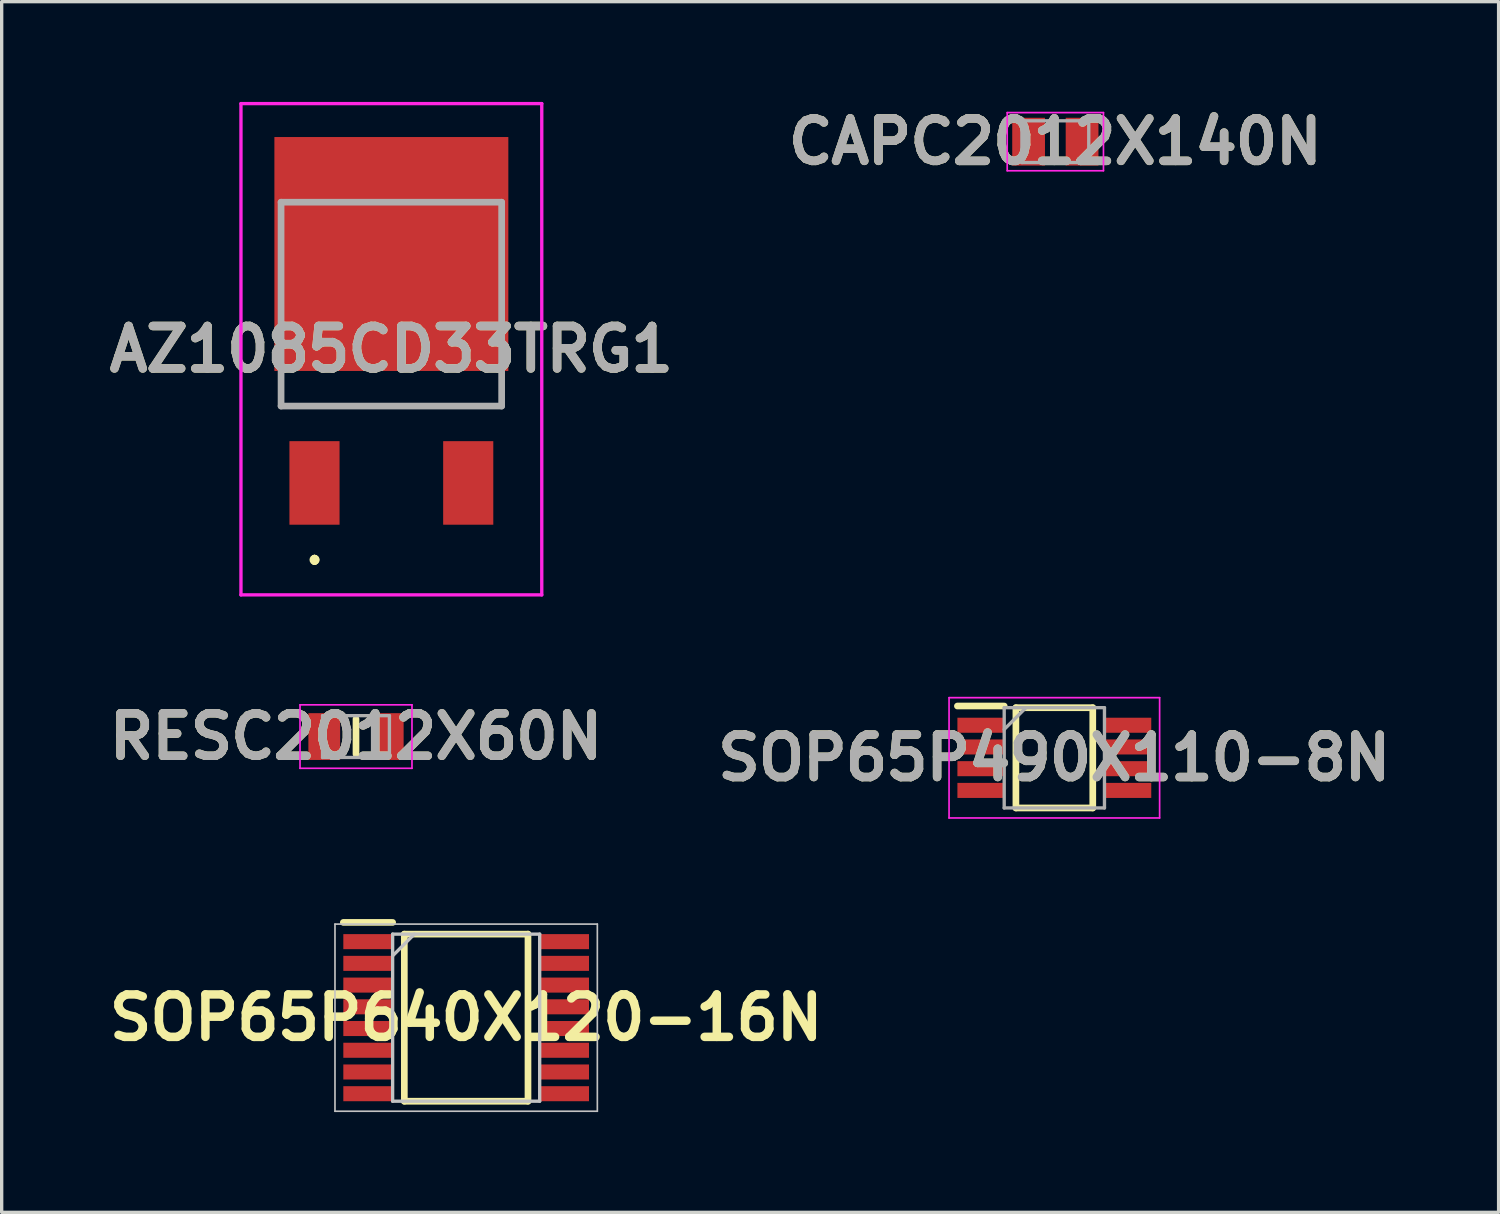
<source format=kicad_pcb>
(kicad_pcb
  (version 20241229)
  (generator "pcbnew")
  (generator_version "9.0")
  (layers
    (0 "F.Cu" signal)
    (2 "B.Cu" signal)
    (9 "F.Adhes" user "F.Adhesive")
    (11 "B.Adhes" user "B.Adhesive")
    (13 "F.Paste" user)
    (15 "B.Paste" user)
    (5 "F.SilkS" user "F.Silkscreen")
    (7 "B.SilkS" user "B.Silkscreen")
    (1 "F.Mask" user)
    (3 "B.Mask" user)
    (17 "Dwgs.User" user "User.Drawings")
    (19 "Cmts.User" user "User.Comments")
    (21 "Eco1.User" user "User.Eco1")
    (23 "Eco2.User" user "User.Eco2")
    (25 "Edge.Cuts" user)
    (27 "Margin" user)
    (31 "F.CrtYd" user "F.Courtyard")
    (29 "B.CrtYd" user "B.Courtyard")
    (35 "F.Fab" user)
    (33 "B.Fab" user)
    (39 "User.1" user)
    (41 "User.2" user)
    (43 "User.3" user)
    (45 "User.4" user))
  (footprint "SOP65P490X110-8N"
    (layer "F.Cu")
    (at 28.497 19.625)
    (property "Reference" "SOP65P490X110-8N" (at 0 0 0) (layer "F.SilkS") (effects (font (size 1.27 1.27) (thickness 0.254))))
    (attr smd)
    (fp_line (start -2.9 -1.55) (end -1.5 -1.55) (stroke (width 0.2) (type solid)) (layer "F.SilkS"))
    (fp_line (start -1.15 -1.5) (end 1.15 -1.5) (stroke (width 0.2) (type solid)) (layer "F.SilkS"))
    (fp_line (start -1.15 1.5) (end -1.15 -1.5) (stroke (width 0.2) (type solid)) (layer "F.SilkS"))
    (fp_line (start 1.15 -1.5) (end 1.15 1.5) (stroke (width 0.2) (type solid)) (layer "F.SilkS"))
    (fp_line (start 1.15 1.5) (end -1.15 1.5) (stroke (width 0.2) (type solid)) (layer "F.SilkS"))
    (fp_line (start -3.15 -1.8) (end 3.15 -1.8) (stroke (width 0.05) (type solid)) (layer "F.CrtYd"))
    (fp_line (start -3.15 1.8) (end -3.15 -1.8) (stroke (width 0.05) (type solid)) (layer "F.CrtYd"))
    (fp_line (start 3.15 -1.8) (end 3.15 1.8) (stroke (width 0.05) (type solid)) (layer "F.CrtYd"))
    (fp_line (start 3.15 1.8) (end -3.15 1.8) (stroke (width 0.05) (type solid)) (layer "F.CrtYd"))
    (fp_line (start -1.5 -1.5) (end 1.5 -1.5) (stroke (width 0.1) (type solid)) (layer "F.Fab"))
    (fp_line (start -1.5 -0.85) (end -0.85 -1.5) (stroke (width 0.1) (type solid)) (layer "F.Fab"))
    (fp_line (start -1.5 1.5) (end -1.5 -1.5) (stroke (width 0.1) (type solid)) (layer "F.Fab"))
    (fp_line (start 1.5 -1.5) (end 1.5 1.5) (stroke (width 0.1) (type solid)) (layer "F.Fab"))
    (fp_line (start 1.5 1.5) (end -1.5 1.5) (stroke (width 0.1) (type solid)) (layer "F.Fab"))
    (fp_text user "${REFERENCE}" (at 0 0 0) (layer "F.Fab") (effects (font (size 1.27 1.27) (thickness 0.254))))
    (pad "1" smd rect (at -2.2 -0.975 90) (size 0.45 1.4) (layers "F.Cu" "F.Mask" "F.Paste"))
    (pad "2" smd rect (at -2.2 -0.325 90) (size 0.45 1.4) (layers "F.Cu" "F.Mask" "F.Paste"))
    (pad "3" smd rect (at -2.2 0.325 90) (size 0.45 1.4) (layers "F.Cu" "F.Mask" "F.Paste"))
    (pad "4" smd rect (at -2.2 0.975 90) (size 0.45 1.4) (layers "F.Cu" "F.Mask" "F.Paste"))
    (pad "5" smd rect (at 2.2 0.975 90) (size 0.45 1.4) (layers "F.Cu" "F.Mask" "F.Paste"))
    (pad "6" smd rect (at 2.2 0.325 90) (size 0.45 1.4) (layers "F.Cu" "F.Mask" "F.Paste"))
    (pad "7" smd rect (at 2.2 -0.325 90) (size 0.45 1.4) (layers "F.Cu" "F.Mask" "F.Paste"))
    (pad "8" smd rect (at 2.2 -0.975 90) (size 0.45 1.4) (layers "F.Cu" "F.Mask" "F.Paste")))
  (footprint "AZ1085CD33TRG1"
    (layer "F.Cu")
    (at 8.66 6.05)
    (property "Reference" "AZ1085CD33TRG1" (at 0 1.35 0) (layer "F.SilkS") (effects (font (size 1.27 1.27) (thickness 0.254))))
    (attr smd)
    (fp_line (start -3.3 2.6) (end -3.3 2.6) (stroke (width 0.1) (type solid)) (layer "F.SilkS"))
    (fp_line (start -3.3 2.6) (end -3.3 3.05) (stroke (width 0.1) (type solid)) (layer "F.SilkS"))
    (fp_line (start -3.3 3.05) (end -3.3 2.6) (stroke (width 0.1) (type solid)) (layer "F.SilkS"))
    (fp_line (start -3.3 3.05) (end -3.3 3.05) (stroke (width 0.1) (type solid)) (layer "F.SilkS"))
    (fp_line (start -3.3 3.05) (end -3.3 3.05) (stroke (width 0.1) (type solid)) (layer "F.SilkS"))
    (fp_line (start -3.3 3.05) (end 3.25 3.05) (stroke (width 0.1) (type solid)) (layer "F.SilkS"))
    (fp_line (start -2.3 7.6) (end -2.3 7.6) (stroke (width 0.2) (type solid)) (layer "F.SilkS"))
    (fp_line (start -2.3 7.7) (end -2.3 7.7) (stroke (width 0.2) (type solid)) (layer "F.SilkS"))
    (fp_line (start -2.3 7.7) (end -2.3 7.7) (stroke (width 0.2) (type solid)) (layer "F.SilkS"))
    (fp_line (start 3.25 3.05) (end -3.3 3.05) (stroke (width 0.1) (type solid)) (layer "F.SilkS"))
    (fp_line (start 3.25 3.05) (end 3.25 3.05) (stroke (width 0.1) (type solid)) (layer "F.SilkS"))
    (fp_line (start 3.3 2.6) (end 3.3 2.6) (stroke (width 0.1) (type solid)) (layer "F.SilkS"))
    (fp_line (start 3.3 2.6) (end 3.3 3.05) (stroke (width 0.1) (type solid)) (layer "F.SilkS"))
    (fp_line (start 3.3 3.05) (end 3.3 2.6) (stroke (width 0.1) (type solid)) (layer "F.SilkS"))
    (fp_line (start 3.3 3.05) (end 3.3 3.05) (stroke (width 0.1) (type solid)) (layer "F.SilkS"))
    (fp_arc (start -2.3 7.6) (mid -2.25 7.65) (end -2.3 7.7) (stroke (width 0.2) (type solid)) (layer "F.SilkS"))
    (fp_arc (start -2.3 7.6) (mid -2.25 7.65) (end -2.3 7.7) (stroke (width 0.2) (type solid)) (layer "F.SilkS"))
    (fp_arc (start -2.3 7.7) (mid -2.35 7.65) (end -2.3 7.6) (stroke (width 0.2) (type solid)) (layer "F.SilkS"))
    (fp_line (start -4.5 -6) (end 4.5 -6) (stroke (width 0.1) (type solid)) (layer "F.CrtYd"))
    (fp_line (start -4.5 8.7) (end -4.5 -6) (stroke (width 0.1) (type solid)) (layer "F.CrtYd"))
    (fp_line (start 4.5 -6) (end 4.5 8.7) (stroke (width 0.1) (type solid)) (layer "F.CrtYd"))
    (fp_line (start 4.5 8.7) (end -4.5 8.7) (stroke (width 0.1) (type solid)) (layer "F.CrtYd"))
    (fp_line (start -3.3 -3.05) (end -3.3 3.05) (stroke (width 0.2) (type solid)) (layer "F.Fab"))
    (fp_line (start -3.3 3.05) (end 3.3 3.05) (stroke (width 0.2) (type solid)) (layer "F.Fab"))
    (fp_line (start 3.3 -3.05) (end -3.3 -3.05) (stroke (width 0.2) (type solid)) (layer "F.Fab"))
    (fp_line (start 3.3 3.05) (end 3.3 -3.05) (stroke (width 0.2) (type solid)) (layer "F.Fab"))
    (fp_text user "${REFERENCE}" (at 0 1.35 0) (layer "F.Fab") (effects (font (size 1.27 1.27) (thickness 0.254))))
    (pad "1" smd rect (at -2.3 5.35) (size 1.5 2.5) (layers "F.Cu" "F.Mask" "F.Paste"))
    (pad "2" smd rect (at 0 -1.5 90) (size 7 7) (layers "F.Cu" "F.Mask" "F.Paste"))
    (pad "3" smd rect (at 2.3 5.35) (size 1.5 2.5) (layers "F.Cu" "F.Mask" "F.Paste")))
  (footprint "CAPC2012X140N"
    (layer "F.Cu")
    (at 28.527 1.189)
    (property "Reference" "CAPC2012X140N" (at 0 0 0) (layer "F.SilkS") (effects (font (size 1.27 1.27) (thickness 0.254))))
    (attr smd)
    (fp_line (start -1.44 -0.87) (end 1.44 -0.87) (stroke (width 0.05) (type solid)) (layer "F.CrtYd"))
    (fp_line (start -1.44 0.87) (end -1.44 -0.87) (stroke (width 0.05) (type solid)) (layer "F.CrtYd"))
    (fp_line (start 1.44 -0.87) (end 1.44 0.87) (stroke (width 0.05) (type solid)) (layer "F.CrtYd"))
    (fp_line (start 1.44 0.87) (end -1.44 0.87) (stroke (width 0.05) (type solid)) (layer "F.CrtYd"))
    (fp_line (start -1 -0.625) (end 1 -0.625) (stroke (width 0.1) (type solid)) (layer "F.Fab"))
    (fp_line (start -1 0.625) (end -1 -0.625) (stroke (width 0.1) (type solid)) (layer "F.Fab"))
    (fp_line (start 1 -0.625) (end 1 0.625) (stroke (width 0.1) (type solid)) (layer "F.Fab"))
    (fp_line (start 1 0.625) (end -1 0.625) (stroke (width 0.1) (type solid)) (layer "F.Fab"))
    (fp_text user "${REFERENCE}" (at 0 0 0) (layer "F.Fab") (effects (font (size 1.27 1.27) (thickness 0.254))))
    (pad "1" smd rect (at -0.8 0) (size 0.98 1.43) (layers "F.Cu" "F.Mask" "F.Paste"))
    (pad "2" smd rect (at 0.8 0) (size 0.98 1.43) (layers "F.Cu" "F.Mask" "F.Paste")))
  (footprint "SOP65P640X120-16N"
    (layer "F.Cu")
    (at 10.898 27.4)
    (property "Reference" "SOP65P640X120-16N" (at 0 0 0) (layer "F.SilkS") (effects (font (size 1.27 1.27) (thickness 0.254))))
    (attr smd)
    (fp_line (start -3.675 -2.85) (end -2.2 -2.85) (stroke (width 0.2) (type solid)) (layer "F.SilkS"))
    (fp_line (start -1.85 -2.5) (end 1.85 -2.5) (stroke (width 0.2) (type solid)) (layer "F.SilkS"))
    (fp_line (start -1.85 2.5) (end -1.85 -2.5) (stroke (width 0.2) (type solid)) (layer "F.SilkS"))
    (fp_line (start 1.85 -2.5) (end 1.85 2.5) (stroke (width 0.2) (type solid)) (layer "F.SilkS"))
    (fp_line (start 1.85 2.5) (end -1.85 2.5) (stroke (width 0.2) (type solid)) (layer "F.SilkS"))
    (fp_line (start -3.925 -2.8) (end 3.925 -2.8) (stroke (width 0.05) (type solid)) (layer "Dwgs.User"))
    (fp_line (start -3.925 2.8) (end -3.925 -2.8) (stroke (width 0.05) (type solid)) (layer "Dwgs.User"))
    (fp_line (start -2.2 -2.5) (end 2.2 -2.5) (stroke (width 0.1) (type solid)) (layer "Dwgs.User"))
    (fp_line (start -2.2 -1.85) (end -1.55 -2.5) (stroke (width 0.1) (type solid)) (layer "Dwgs.User"))
    (fp_line (start -2.2 2.5) (end -2.2 -2.5) (stroke (width 0.1) (type solid)) (layer "Dwgs.User"))
    (fp_line (start 2.2 -2.5) (end 2.2 2.5) (stroke (width 0.1) (type solid)) (layer "Dwgs.User"))
    (fp_line (start 2.2 2.5) (end -2.2 2.5) (stroke (width 0.1) (type solid)) (layer "Dwgs.User"))
    (fp_line (start 3.925 -2.8) (end 3.925 2.8) (stroke (width 0.05) (type solid)) (layer "Dwgs.User"))
    (fp_line (start 3.925 2.8) (end -3.925 2.8) (stroke (width 0.05) (type solid)) (layer "Dwgs.User"))
    (pad "1" smd rect (at -2.938 -2.275 90) (size 0.45 1.475) (layers "F.Cu" "F.Mask" "F.Paste"))
    (pad "2" smd rect (at -2.938 -1.625 90) (size 0.45 1.475) (layers "F.Cu" "F.Mask" "F.Paste"))
    (pad "3" smd rect (at -2.938 -0.975 90) (size 0.45 1.475) (layers "F.Cu" "F.Mask" "F.Paste"))
    (pad "4" smd rect (at -2.938 -0.325 90) (size 0.45 1.475) (layers "F.Cu" "F.Mask" "F.Paste"))
    (pad "5" smd rect (at -2.938 0.325 90) (size 0.45 1.475) (layers "F.Cu" "F.Mask" "F.Paste"))
    (pad "6" smd rect (at -2.938 0.975 90) (size 0.45 1.475) (layers "F.Cu" "F.Mask" "F.Paste"))
    (pad "7" smd rect (at -2.938 1.625 90) (size 0.45 1.475) (layers "F.Cu" "F.Mask" "F.Paste"))
    (pad "8" smd rect (at -2.938 2.275 90) (size 0.45 1.475) (layers "F.Cu" "F.Mask" "F.Paste"))
    (pad "9" smd rect (at 2.938 2.275 90) (size 0.45 1.475) (layers "F.Cu" "F.Mask" "F.Paste"))
    (pad "10" smd rect (at 2.938 1.625 90) (size 0.45 1.475) (layers "F.Cu" "F.Mask" "F.Paste"))
    (pad "11" smd rect (at 2.938 0.975 90) (size 0.45 1.475) (layers "F.Cu" "F.Mask" "F.Paste"))
    (pad "12" smd rect (at 2.938 0.325 90) (size 0.45 1.475) (layers "F.Cu" "F.Mask" "F.Paste"))
    (pad "13" smd rect (at 2.938 -0.325 90) (size 0.45 1.475) (layers "F.Cu" "F.Mask" "F.Paste"))
    (pad "14" smd rect (at 2.938 -0.975 90) (size 0.45 1.475) (layers "F.Cu" "F.Mask" "F.Paste"))
    (pad "15" smd rect (at 2.938 -1.625 90) (size 0.45 1.475) (layers "F.Cu" "F.Mask" "F.Paste"))
    (pad "16" smd rect (at 2.938 -2.275 90) (size 0.45 1.475) (layers "F.Cu" "F.Mask" "F.Paste")))
  (footprint "RESC2012X60N"
    (layer "F.Cu")
    (at 7.602 18.989)
    (property "Reference" "RESC2012X60N" (at 0 0 0) (layer "F.SilkS") (effects (font (size 1.27 1.27) (thickness 0.254))))
    (attr smd)
    (fp_line (start 0 -0.525) (end 0 0.525) (stroke (width 0.2) (type solid)) (layer "F.SilkS"))
    (fp_line (start -1.675 -0.95) (end 1.675 -0.95) (stroke (width 0.05) (type solid)) (layer "F.CrtYd"))
    (fp_line (start -1.675 0.95) (end -1.675 -0.95) (stroke (width 0.05) (type solid)) (layer "F.CrtYd"))
    (fp_line (start 1.675 -0.95) (end 1.675 0.95) (stroke (width 0.05) (type solid)) (layer "F.CrtYd"))
    (fp_line (start 1.675 0.95) (end -1.675 0.95) (stroke (width 0.05) (type solid)) (layer "F.CrtYd"))
    (fp_line (start -1 -0.625) (end 1 -0.625) (stroke (width 0.1) (type solid)) (layer "F.Fab"))
    (fp_line (start -1 0.625) (end -1 -0.625) (stroke (width 0.1) (type solid)) (layer "F.Fab"))
    (fp_line (start 1 -0.625) (end 1 0.625) (stroke (width 0.1) (type solid)) (layer "F.Fab"))
    (fp_line (start 1 0.625) (end -1 0.625) (stroke (width 0.1) (type solid)) (layer "F.Fab"))
    (fp_text user "${REFERENCE}" (at 0 0 0) (layer "F.Fab") (effects (font (size 1.27 1.27) (thickness 0.254))))
    (pad "1" smd rect (at -0.95 0) (size 0.95 1.4) (layers "F.Cu" "F.Mask" "F.Paste"))
    (pad "2" smd rect (at 0.95 0) (size 0.95 1.4) (layers "F.Cu" "F.Mask" "F.Paste")))
  (gr_rect
    (start -3 -3)
    (end 41.79 33.225)
    (stroke (width 0.1) (type default))
    (fill no)
    (layer "Edge.Cuts")))
</source>
